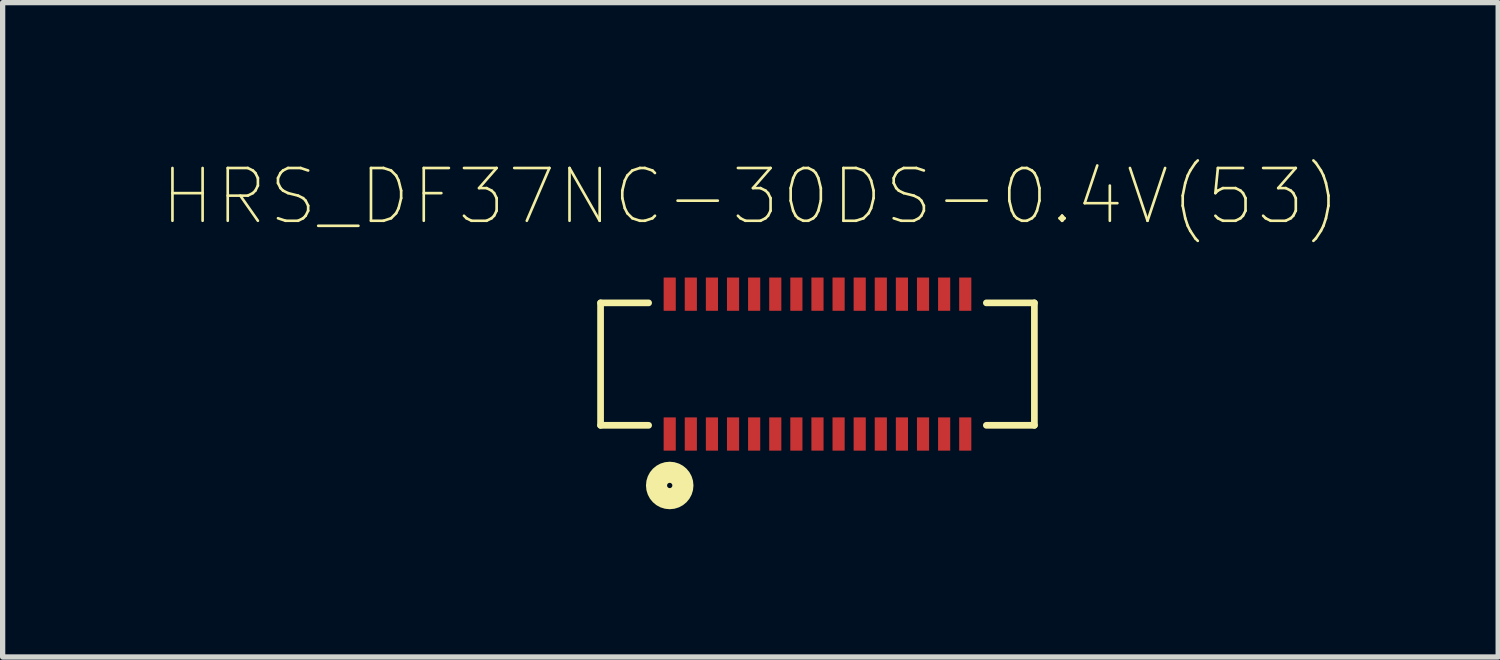
<source format=kicad_pcb>
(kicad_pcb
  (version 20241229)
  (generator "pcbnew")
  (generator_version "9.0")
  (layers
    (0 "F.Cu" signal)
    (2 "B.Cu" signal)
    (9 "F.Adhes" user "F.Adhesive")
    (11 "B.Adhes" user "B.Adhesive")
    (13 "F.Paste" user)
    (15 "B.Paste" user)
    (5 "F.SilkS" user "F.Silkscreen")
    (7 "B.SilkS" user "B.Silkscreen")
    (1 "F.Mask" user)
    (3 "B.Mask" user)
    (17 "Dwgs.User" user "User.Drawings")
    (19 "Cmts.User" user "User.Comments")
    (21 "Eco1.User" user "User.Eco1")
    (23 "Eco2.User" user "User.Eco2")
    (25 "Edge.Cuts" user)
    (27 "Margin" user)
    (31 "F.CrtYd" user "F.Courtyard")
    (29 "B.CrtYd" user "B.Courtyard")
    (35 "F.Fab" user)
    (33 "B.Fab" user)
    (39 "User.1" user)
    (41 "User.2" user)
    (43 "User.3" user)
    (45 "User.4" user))
  (footprint "HRS_DF37NC-30DS-0.4V(53)"
    (layer "F.Cu")
    (at 12.44 3.849)
    (property "Reference" "HRS_DF37NC-30DS-0.4V(53)" (at -1.27 -3.176 0) (layer "F.SilkS") (effects (font (size 1 1) (thickness 0.05))))
    (attr smd)
    (fp_line (start -4.11 -1.16) (end -4.11 1.16) (stroke (width 0.127) (type solid)) (layer "F.SilkS"))
    (fp_line (start -4.11 1.16) (end -3.2 1.16) (stroke (width 0.127) (type solid)) (layer "F.SilkS"))
    (fp_line (start -3.2 -1.16) (end -4.11 -1.16) (stroke (width 0.127) (type solid)) (layer "F.SilkS"))
    (fp_line (start 3.2 -1.16) (end 4.11 -1.16) (stroke (width 0.127) (type solid)) (layer "F.SilkS"))
    (fp_line (start 4.11 -1.16) (end 4.11 1.16) (stroke (width 0.127) (type solid)) (layer "F.SilkS"))
    (fp_line (start 4.11 1.16) (end 3.2 1.16) (stroke (width 0.127) (type solid)) (layer "F.SilkS"))
    (fp_circle (center -2.8 2.3) (end -2.75 2.3) (stroke (width 0.4) (type solid)) (fill no) (layer "F.SilkS"))
    (fp_poly (pts (xy -2.919 -1.64) (xy -2.685 -1.64) (xy -2.685 -1.141) (xy -2.919 -1.141)) (stroke (width 0) (type solid)) (fill yes) (layer "F.Paste"))
    (fp_poly (pts (xy -2.685 1.642) (xy -2.919 1.642) (xy -2.919 1.14) (xy -2.685 1.14)) (stroke (width 0) (type solid)) (fill yes) (layer "F.Paste"))
    (fp_poly (pts (xy -2.516 -1.64) (xy -2.285 -1.64) (xy -2.285 -1.14) (xy -2.516 -1.14)) (stroke (width 0) (type solid)) (fill yes) (layer "F.Paste"))
    (fp_poly (pts (xy -2.285 1.641) (xy -2.517 1.641) (xy -2.517 1.14) (xy -2.285 1.14)) (stroke (width 0) (type solid)) (fill yes) (layer "F.Paste"))
    (fp_poly (pts (xy -2.116 -1.64) (xy -1.885 -1.64) (xy -1.885 -1.141) (xy -2.116 -1.141)) (stroke (width 0) (type solid)) (fill yes) (layer "F.Paste"))
    (fp_poly (pts (xy -1.885 1.643) (xy -2.118 1.643) (xy -2.118 1.14) (xy -1.885 1.14)) (stroke (width 0) (type solid)) (fill yes) (layer "F.Paste"))
    (fp_poly (pts (xy -1.716 -1.64) (xy -1.485 -1.64) (xy -1.485 -1.14) (xy -1.716 -1.14)) (stroke (width 0) (type solid)) (fill yes) (layer "F.Paste"))
    (fp_poly (pts (xy -1.485 1.64) (xy -1.715 1.64) (xy -1.715 1.14) (xy -1.485 1.14)) (stroke (width 0) (type solid)) (fill yes) (layer "F.Paste"))
    (fp_poly (pts (xy -1.317 -1.64) (xy -1.085 -1.64) (xy -1.085 -1.142) (xy -1.317 -1.142)) (stroke (width 0) (type solid)) (fill yes) (layer "F.Paste"))
    (fp_poly (pts (xy -1.085 1.64) (xy -1.315 1.64) (xy -1.315 1.14) (xy -1.085 1.14)) (stroke (width 0) (type solid)) (fill yes) (layer "F.Paste"))
    (fp_poly (pts (xy -0.916 -1.64) (xy -0.685 -1.64) (xy -0.685 -1.141) (xy -0.916 -1.141)) (stroke (width 0) (type solid)) (fill yes) (layer "F.Paste"))
    (fp_poly (pts (xy -0.685 1.641) (xy -0.915 1.641) (xy -0.915 1.14) (xy -0.685 1.14)) (stroke (width 0) (type solid)) (fill yes) (layer "F.Paste"))
    (fp_poly (pts (xy -0.516 -1.64) (xy -0.285 -1.64) (xy -0.285 -1.141) (xy -0.516 -1.141)) (stroke (width 0) (type solid)) (fill yes) (layer "F.Paste"))
    (fp_poly (pts (xy -0.285 1.641) (xy -0.515 1.641) (xy -0.515 1.14) (xy -0.285 1.14)) (stroke (width 0) (type solid)) (fill yes) (layer "F.Paste"))
    (fp_poly (pts (xy -0.115 -1.64) (xy 0.115 -1.64) (xy 0.115 -1.141) (xy -0.115 -1.141)) (stroke (width 0) (type solid)) (fill yes) (layer "F.Paste"))
    (fp_poly (pts (xy 0.115 1.643) (xy -0.115 1.643) (xy -0.115 1.14) (xy 0.115 1.14)) (stroke (width 0) (type solid)) (fill yes) (layer "F.Paste"))
    (fp_poly (pts (xy 0.285 -1.64) (xy 0.515 -1.64) (xy 0.515 -1.14) (xy 0.285 -1.14)) (stroke (width 0) (type solid)) (fill yes) (layer "F.Paste"))
    (fp_poly (pts (xy 0.515 1.641) (xy 0.285 1.641) (xy 0.285 1.14) (xy 0.515 1.14)) (stroke (width 0) (type solid)) (fill yes) (layer "F.Paste"))
    (fp_poly (pts (xy 0.686 -1.64) (xy 0.915 -1.64) (xy 0.915 -1.141) (xy 0.686 -1.141)) (stroke (width 0) (type solid)) (fill yes) (layer "F.Paste"))
    (fp_poly (pts (xy 0.915 1.643) (xy 0.686 1.643) (xy 0.686 1.14) (xy 0.915 1.14)) (stroke (width 0) (type solid)) (fill yes) (layer "F.Paste"))
    (fp_poly (pts (xy 1.086 -1.64) (xy 1.315 -1.64) (xy 1.315 -1.141) (xy 1.086 -1.141)) (stroke (width 0) (type solid)) (fill yes) (layer "F.Paste"))
    (fp_poly (pts (xy 1.315 1.641) (xy 1.086 1.641) (xy 1.086 1.14) (xy 1.315 1.14)) (stroke (width 0) (type solid)) (fill yes) (layer "F.Paste"))
    (fp_poly (pts (xy 1.488 -1.64) (xy 1.715 -1.64) (xy 1.715 -1.142) (xy 1.488 -1.142)) (stroke (width 0) (type solid)) (fill yes) (layer "F.Paste"))
    (fp_poly (pts (xy 1.715 1.642) (xy 1.487 1.642) (xy 1.487 1.14) (xy 1.715 1.14)) (stroke (width 0) (type solid)) (fill yes) (layer "F.Paste"))
    (fp_poly (pts (xy 1.885 -1.64) (xy 2.115 -1.64) (xy 2.115 -1.14) (xy 1.885 -1.14)) (stroke (width 0) (type solid)) (fill yes) (layer "F.Paste"))
    (fp_poly (pts (xy 2.115 1.642) (xy 1.887 1.642) (xy 1.887 1.14) (xy 2.115 1.14)) (stroke (width 0) (type solid)) (fill yes) (layer "F.Paste"))
    (fp_poly (pts (xy 2.286 -1.64) (xy 2.515 -1.64) (xy 2.515 -1.14) (xy 2.286 -1.14)) (stroke (width 0) (type solid)) (fill yes) (layer "F.Paste"))
    (fp_poly (pts (xy 2.515 1.643) (xy 2.289 1.643) (xy 2.289 1.14) (xy 2.515 1.14)) (stroke (width 0) (type solid)) (fill yes) (layer "F.Paste"))
    (fp_poly (pts (xy 2.687 -1.64) (xy 2.915 -1.64) (xy 2.915 -1.141) (xy 2.687 -1.141)) (stroke (width 0) (type solid)) (fill yes) (layer "F.Paste"))
    (fp_poly (pts (xy 2.915 1.64) (xy 2.685 1.64) (xy 2.685 1.14) (xy 2.915 1.14)) (stroke (width 0) (type solid)) (fill yes) (layer "F.Paste"))
    (fp_line (start -4.36 -1.41) (end -3.165 -1.41) (stroke (width 0.05) (type solid)) (layer "Eco1.User"))
    (fp_line (start -4.36 1.41) (end -4.36 -1.41) (stroke (width 0.05) (type solid)) (layer "Eco1.User"))
    (fp_line (start -3.165 -1.89) (end 3.165 -1.89) (stroke (width 0.05) (type solid)) (layer "Eco1.User"))
    (fp_line (start -3.165 -1.41) (end -3.165 -1.89) (stroke (width 0.05) (type solid)) (layer "Eco1.User"))
    (fp_line (start -3.165 1.41) (end -4.36 1.41) (stroke (width 0.05) (type solid)) (layer "Eco1.User"))
    (fp_line (start -3.165 1.89) (end -3.165 1.41) (stroke (width 0.05) (type solid)) (layer "Eco1.User"))
    (fp_line (start 3.165 -1.89) (end 3.165 -1.41) (stroke (width 0.05) (type solid)) (layer "Eco1.User"))
    (fp_line (start 3.165 -1.41) (end 4.36 -1.41) (stroke (width 0.05) (type solid)) (layer "Eco1.User"))
    (fp_line (start 3.165 1.41) (end 3.165 1.89) (stroke (width 0.05) (type solid)) (layer "Eco1.User"))
    (fp_line (start 3.165 1.89) (end -3.165 1.89) (stroke (width 0.05) (type solid)) (layer "Eco1.User"))
    (fp_line (start 4.36 -1.41) (end 4.36 1.41) (stroke (width 0.05) (type solid)) (layer "Eco1.User"))
    (fp_line (start 4.36 1.41) (end 3.165 1.41) (stroke (width 0.05) (type solid)) (layer "Eco1.User"))
    (fp_line (start -4.11 -1.16) (end 4.11 -1.16) (stroke (width 0.127) (type solid)) (layer "Eco2.User"))
    (fp_line (start -4.11 1.16) (end -4.11 -1.16) (stroke (width 0.127) (type solid)) (layer "Eco2.User"))
    (fp_line (start 4.11 -1.16) (end 4.11 1.16) (stroke (width 0.127) (type solid)) (layer "Eco2.User"))
    (fp_line (start 4.11 1.16) (end -4.11 1.16) (stroke (width 0.127) (type solid)) (layer "Eco2.User"))
    (fp_circle (center -2.8 0.395) (end -2.75 0.395) (stroke (width 0.4) (type solid)) (fill no) (layer "Eco2.User"))
    (pad "1" smd rect (at -2.8 1.325 90) (size 0.63 0.23) (layers "F.Cu" "F.Mask" "F.Paste"))
    (pad "2" smd rect (at -2.4 1.325 90) (size 0.63 0.23) (layers "F.Cu" "F.Mask" "F.Paste"))
    (pad "3" smd rect (at -2 1.325 90) (size 0.63 0.23) (layers "F.Cu" "F.Mask" "F.Paste"))
    (pad "4" smd rect (at -1.6 1.325 90) (size 0.63 0.23) (layers "F.Cu" "F.Mask" "F.Paste"))
    (pad "5" smd rect (at -1.2 1.325 90) (size 0.63 0.23) (layers "F.Cu" "F.Mask" "F.Paste"))
    (pad "6" smd rect (at -0.8 1.325 90) (size 0.63 0.23) (layers "F.Cu" "F.Mask" "F.Paste"))
    (pad "7" smd rect (at -0.4 1.325 90) (size 0.63 0.23) (layers "F.Cu" "F.Mask" "F.Paste"))
    (pad "8" smd rect (at 0 1.325 90) (size 0.63 0.23) (layers "F.Cu" "F.Mask" "F.Paste"))
    (pad "9" smd rect (at 0.4 1.325 90) (size 0.63 0.23) (layers "F.Cu" "F.Mask" "F.Paste"))
    (pad "10" smd rect (at 0.8 1.325 90) (size 0.63 0.23) (layers "F.Cu" "F.Mask" "F.Paste"))
    (pad "11" smd rect (at 1.2 1.325 90) (size 0.63 0.23) (layers "F.Cu" "F.Mask" "F.Paste"))
    (pad "12" smd rect (at 1.6 1.325 90) (size 0.63 0.23) (layers "F.Cu" "F.Mask" "F.Paste"))
    (pad "13" smd rect (at 2 1.325 90) (size 0.63 0.23) (layers "F.Cu" "F.Mask" "F.Paste"))
    (pad "14" smd rect (at 2.4 1.325 90) (size 0.63 0.23) (layers "F.Cu" "F.Mask" "F.Paste"))
    (pad "15" smd rect (at 2.8 1.325 90) (size 0.63 0.23) (layers "F.Cu" "F.Mask" "F.Paste"))
    (pad "16" smd rect (at 2.8 -1.325 90) (size 0.63 0.23) (layers "F.Cu" "F.Mask" "F.Paste"))
    (pad "17" smd rect (at 2.4 -1.325 90) (size 0.63 0.23) (layers "F.Cu" "F.Mask" "F.Paste"))
    (pad "18" smd rect (at 2 -1.325 90) (size 0.63 0.23) (layers "F.Cu" "F.Mask" "F.Paste"))
    (pad "19" smd rect (at 1.6 -1.325 90) (size 0.63 0.23) (layers "F.Cu" "F.Mask" "F.Paste"))
    (pad "20" smd rect (at 1.2 -1.325 90) (size 0.63 0.23) (layers "F.Cu" "F.Mask" "F.Paste"))
    (pad "21" smd rect (at 0.8 -1.325 90) (size 0.63 0.23) (layers "F.Cu" "F.Mask" "F.Paste"))
    (pad "22" smd rect (at 0.4 -1.325 90) (size 0.63 0.23) (layers "F.Cu" "F.Mask" "F.Paste"))
    (pad "23" smd rect (at 0 -1.325 90) (size 0.63 0.23) (layers "F.Cu" "F.Mask" "F.Paste"))
    (pad "24" smd rect (at -0.4 -1.325 90) (size 0.63 0.23) (layers "F.Cu" "F.Mask" "F.Paste"))
    (pad "25" smd rect (at -0.8 -1.325 90) (size 0.63 0.23) (layers "F.Cu" "F.Mask" "F.Paste"))
    (pad "26" smd rect (at -1.2 -1.325 90) (size 0.63 0.23) (layers "F.Cu" "F.Mask" "F.Paste"))
    (pad "27" smd rect (at -1.6 -1.325 90) (size 0.63 0.23) (layers "F.Cu" "F.Mask" "F.Paste"))
    (pad "28" smd rect (at -2 -1.325 90) (size 0.63 0.23) (layers "F.Cu" "F.Mask" "F.Paste"))
    (pad "29" smd rect (at -2.4 -1.325 90) (size 0.63 0.23) (layers "F.Cu" "F.Mask" "F.Paste"))
    (pad "30" smd rect (at -2.8 -1.325 90) (size 0.63 0.23) (layers "F.Cu" "F.Mask" "F.Paste")))
  (gr_rect
    (start -3 -3)
    (end 25.338 9.399)
    (stroke (width 0.1) (type default))
    (fill no)
    (layer "Edge.Cuts")))
</source>
